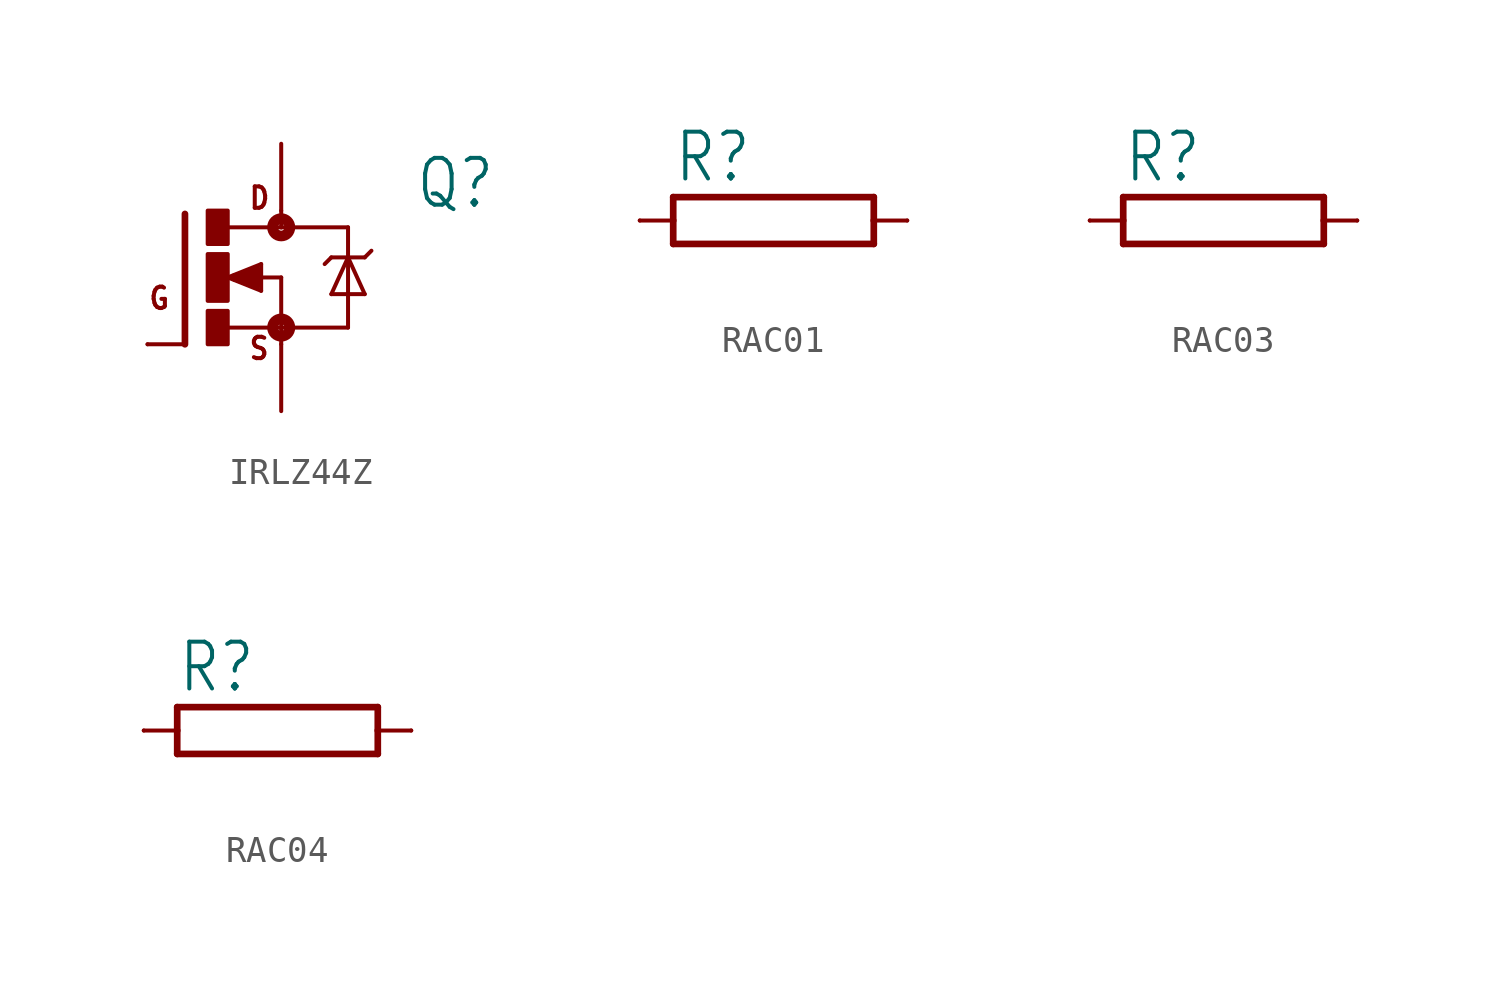
<source format=kicad_sym>
(kicad_symbol_lib
  (version 20220914)
  (generator kicad_symbol_editor)
  (symbol "IRLZ44Z"
    (property "Reference" "Q"
      (at 7.62 2.54 0)
      (effects (font (size 1.778 1.511)) (justify left bottom)))
    (property "Value" ""
      (at 7.62 0 0)
      (effects (font (size 1.778 1.511)) (justify left bottom)))
    (property "ki_locked" ""
      (at 0 0 0)
      (effects (font (size 1.27 1.27))))
    (symbol "IRLZ44Z_1_0"
      (rectangle (start -0.254 -2.54) (end 0.508 -1.27) (stroke (width 0) (type default)) (fill (type outline)))
      (rectangle (start -0.254 -0.889) (end 0.508 0.889) (stroke (width 0) (type default)) (fill (type outline)))
      (rectangle (start -0.254 1.27) (end 0.508 2.54) (stroke (width 0) (type default)) (fill (type outline)))
      (polyline (pts (xy -1.118 -2.54) (xy -2.54 -2.54)) (stroke (width 0.152) (type solid)) (fill (type none)))
      (polyline (pts (xy -1.118 2.413) (xy -1.118 -2.54)) (stroke (width 0.254) (type solid)) (fill (type none)))
      (polyline (pts (xy 0.508 -1.905) (xy 2.54 -1.905)) (stroke (width 0.152) (type solid)) (fill (type none)))
      (polyline (pts (xy 0.508 0) (xy 1.778 -0.508)) (stroke (width 0.152) (type solid)) (fill (type none)))
      (polyline (pts (xy 0.762 0) (xy 1.651 -0.254)) (stroke (width 0.305) (type solid)) (fill (type none)))
      (polyline (pts (xy 1.651 -0.254) (xy 1.651 0)) (stroke (width 0.305) (type solid)) (fill (type none)))
      (polyline (pts (xy 1.651 0) (xy 1.397 0)) (stroke (width 0.305) (type solid)) (fill (type none)))
      (polyline (pts (xy 1.651 0) (xy 2.54 0)) (stroke (width 0.152) (type solid)) (fill (type none)))
      (polyline (pts (xy 1.651 0.254) (xy 0.762 0)) (stroke (width 0.305) (type solid)) (fill (type none)))
      (polyline (pts (xy 1.778 -0.508) (xy 1.778 0.508)) (stroke (width 0.152) (type solid)) (fill (type none)))
      (polyline (pts (xy 1.778 0.508) (xy 0.508 0)) (stroke (width 0.152) (type solid)) (fill (type none)))
      (polyline (pts (xy 2.54 -1.905) (xy 2.54 -2.54)) (stroke (width 0.152) (type solid)) (fill (type none)))
      (polyline (pts (xy 2.54 0) (xy 2.54 -1.905)) (stroke (width 0.152) (type solid)) (fill (type none)))
      (polyline (pts (xy 2.54 1.905) (xy 0.533 1.905)) (stroke (width 0.152) (type solid)) (fill (type none)))
      (polyline (pts (xy 2.54 1.905) (xy 5.08 1.905)) (stroke (width 0.152) (type solid)) (fill (type none)))
      (polyline (pts (xy 2.54 2.54) (xy 2.54 1.905)) (stroke (width 0.152) (type solid)) (fill (type none)))
      (polyline (pts (xy 4.445 -0.635) (xy 5.715 -0.635)) (stroke (width 0.152) (type solid)) (fill (type none)))
      (polyline (pts (xy 4.445 0.762) (xy 4.191 0.508)) (stroke (width 0.152) (type solid)) (fill (type none)))
      (polyline (pts (xy 4.445 0.762) (xy 5.08 0.762)) (stroke (width 0.152) (type solid)) (fill (type none)))
      (polyline (pts (xy 5.08 -1.905) (xy 2.54 -1.905)) (stroke (width 0.152) (type solid)) (fill (type none)))
      (polyline (pts (xy 5.08 0.762) (xy 4.445 -0.635)) (stroke (width 0.152) (type solid)) (fill (type none)))
      (polyline (pts (xy 5.08 0.762) (xy 5.08 -1.905)) (stroke (width 0.152) (type solid)) (fill (type none)))
      (polyline (pts (xy 5.08 0.762) (xy 5.715 0.762)) (stroke (width 0.152) (type solid)) (fill (type none)))
      (polyline (pts (xy 5.08 1.905) (xy 5.08 0.762)) (stroke (width 0.152) (type solid)) (fill (type none)))
      (polyline (pts (xy 5.715 -0.635) (xy 5.08 0.762)) (stroke (width 0.152) (type solid)) (fill (type none)))
      (polyline (pts (xy 5.715 0.762) (xy 5.969 1.016)) (stroke (width 0.152) (type solid)) (fill (type none)))
      (circle (center 2.54 -1.905) (radius 0.127) (stroke (width 0.406) (type solid)) (fill (type none)))
      (circle (center 2.54 1.905) (radius 0.127) (stroke (width 0.406) (type solid)) (fill (type none)))
      (text "D" (at 1.27 2.54 0) (effects (font (size 0.813 0.691)) (justify left bottom)))
      (text "G" (at -2.54 -1.27 0) (effects (font (size 0.813 0.691)) (justify left bottom)))
      (text "S" (at 1.27 -3.175 0) (effects (font (size 0.813 0.691)) (justify left bottom)))
      (pin passive line (at 2.54 5.08 270) (length 2.54) (name "D" (effects (font (size 0 0)))) (number "D" (effects (font (size 0 0)))))
      (pin passive line (at -2.54 -2.54 0) (length 0) (name "G" (effects (font (size 0 0)))) (number "G" (effects (font (size 0 0)))))
      (pin passive line (at 2.54 -5.08 90) (length 2.54) (name "S" (effects (font (size 0 0)))) (number "S" (effects (font (size 0 0)))))))
  (symbol "RAC01"
    (property "Reference" "R"
      (at -3.81 1.372 0)
      (effects (font (size 1.778 1.511)) (justify left bottom)))
    (property "Value" ""
      (at -3.81 -2.921 0)
      (effects (font (size 1.778 1.511)) (justify left bottom)))
    (property "ki_locked" ""
      (at 0 0 0)
      (effects (font (size 1.27 1.27))))
    (symbol "RAC01_1_0"
      (polyline (pts (xy -5.08 0) (xy -3.81 0)) (stroke (width 0.152) (type solid)) (fill (type none)))
      (polyline (pts (xy -3.81 -0.889) (xy -3.81 0)) (stroke (width 0.254) (type solid)) (fill (type none)))
      (polyline (pts (xy -3.81 -0.889) (xy 3.81 -0.889)) (stroke (width 0.254) (type solid)) (fill (type none)))
      (polyline (pts (xy -3.81 0) (xy -3.81 0.889)) (stroke (width 0.254) (type solid)) (fill (type none)))
      (polyline (pts (xy 3.81 -0.889) (xy 3.81 0)) (stroke (width 0.254) (type solid)) (fill (type none)))
      (polyline (pts (xy 3.81 0) (xy 3.81 0.889)) (stroke (width 0.254) (type solid)) (fill (type none)))
      (polyline (pts (xy 3.81 0) (xy 5.08 0)) (stroke (width 0.152) (type solid)) (fill (type none)))
      (polyline (pts (xy 3.81 0.889) (xy -3.81 0.889)) (stroke (width 0.254) (type solid)) (fill (type none)))
      (pin passive line (at -5.08 0 0) (length 0) (name "1" (effects (font (size 0 0)))) (number "1" (effects (font (size 0 0)))))
      (pin passive line (at 5.08 0 180) (length 0) (name "2" (effects (font (size 0 0)))) (number "2" (effects (font (size 0 0)))))))
  (symbol "RAC03"
    (property "Reference" "R"
      (at -3.81 1.372 0)
      (effects (font (size 1.778 1.511)) (justify left bottom)))
    (property "Value" ""
      (at -3.81 -2.921 0)
      (effects (font (size 1.778 1.511)) (justify left bottom)))
    (property "ki_locked" ""
      (at 0 0 0)
      (effects (font (size 1.27 1.27))))
    (symbol "RAC03_1_0"
      (polyline (pts (xy -5.08 0) (xy -3.81 0)) (stroke (width 0.152) (type solid)) (fill (type none)))
      (polyline (pts (xy -3.81 -0.889) (xy -3.81 0)) (stroke (width 0.254) (type solid)) (fill (type none)))
      (polyline (pts (xy -3.81 -0.889) (xy 3.81 -0.889)) (stroke (width 0.254) (type solid)) (fill (type none)))
      (polyline (pts (xy -3.81 0) (xy -3.81 0.889)) (stroke (width 0.254) (type solid)) (fill (type none)))
      (polyline (pts (xy 3.81 -0.889) (xy 3.81 0)) (stroke (width 0.254) (type solid)) (fill (type none)))
      (polyline (pts (xy 3.81 0) (xy 3.81 0.889)) (stroke (width 0.254) (type solid)) (fill (type none)))
      (polyline (pts (xy 3.81 0) (xy 5.08 0)) (stroke (width 0.152) (type solid)) (fill (type none)))
      (polyline (pts (xy 3.81 0.889) (xy -3.81 0.889)) (stroke (width 0.254) (type solid)) (fill (type none)))
      (pin passive line (at -5.08 0 0) (length 0) (name "1" (effects (font (size 0 0)))) (number "1" (effects (font (size 0 0)))))
      (pin passive line (at 5.08 0 180) (length 0) (name "2" (effects (font (size 0 0)))) (number "2" (effects (font (size 0 0)))))))
  (symbol "RAC04"
    (property "Reference" "R"
      (at -3.81 1.372 0)
      (effects (font (size 1.778 1.511)) (justify left bottom)))
    (property "Value" ""
      (at -3.81 -2.921 0)
      (effects (font (size 1.778 1.511)) (justify left bottom)))
    (property "ki_locked" ""
      (at 0 0 0)
      (effects (font (size 1.27 1.27))))
    (symbol "RAC04_1_0"
      (polyline (pts (xy -5.08 0) (xy -3.81 0)) (stroke (width 0.152) (type solid)) (fill (type none)))
      (polyline (pts (xy -3.81 -0.889) (xy -3.81 0)) (stroke (width 0.254) (type solid)) (fill (type none)))
      (polyline (pts (xy -3.81 -0.889) (xy 3.81 -0.889)) (stroke (width 0.254) (type solid)) (fill (type none)))
      (polyline (pts (xy -3.81 0) (xy -3.81 0.889)) (stroke (width 0.254) (type solid)) (fill (type none)))
      (polyline (pts (xy 3.81 -0.889) (xy 3.81 0)) (stroke (width 0.254) (type solid)) (fill (type none)))
      (polyline (pts (xy 3.81 0) (xy 3.81 0.889)) (stroke (width 0.254) (type solid)) (fill (type none)))
      (polyline (pts (xy 3.81 0) (xy 5.08 0)) (stroke (width 0.152) (type solid)) (fill (type none)))
      (polyline (pts (xy 3.81 0.889) (xy -3.81 0.889)) (stroke (width 0.254) (type solid)) (fill (type none)))
      (pin passive line (at -5.08 0 0) (length 0) (name "1" (effects (font (size 0 0)))) (number "1" (effects (font (size 0 0)))))
      (pin passive line (at 5.08 0 180) (length 0) (name "2" (effects (font (size 0 0)))) (number "2" (effects (font (size 0 0))))))))
</source>
